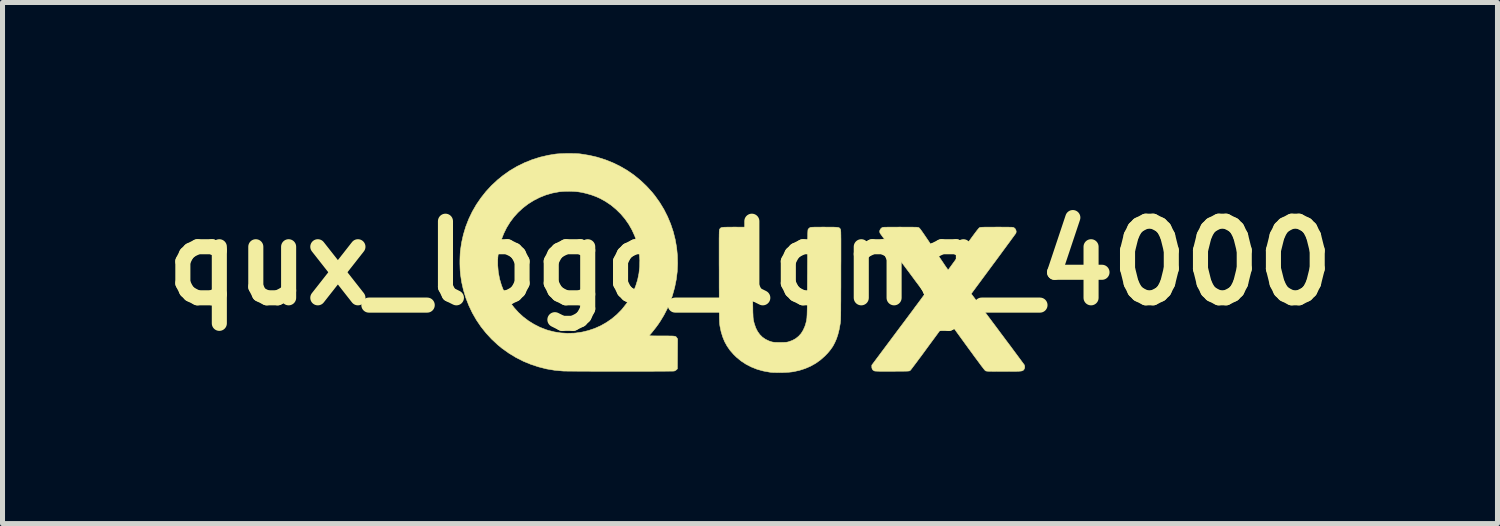
<source format=kicad_pcb>
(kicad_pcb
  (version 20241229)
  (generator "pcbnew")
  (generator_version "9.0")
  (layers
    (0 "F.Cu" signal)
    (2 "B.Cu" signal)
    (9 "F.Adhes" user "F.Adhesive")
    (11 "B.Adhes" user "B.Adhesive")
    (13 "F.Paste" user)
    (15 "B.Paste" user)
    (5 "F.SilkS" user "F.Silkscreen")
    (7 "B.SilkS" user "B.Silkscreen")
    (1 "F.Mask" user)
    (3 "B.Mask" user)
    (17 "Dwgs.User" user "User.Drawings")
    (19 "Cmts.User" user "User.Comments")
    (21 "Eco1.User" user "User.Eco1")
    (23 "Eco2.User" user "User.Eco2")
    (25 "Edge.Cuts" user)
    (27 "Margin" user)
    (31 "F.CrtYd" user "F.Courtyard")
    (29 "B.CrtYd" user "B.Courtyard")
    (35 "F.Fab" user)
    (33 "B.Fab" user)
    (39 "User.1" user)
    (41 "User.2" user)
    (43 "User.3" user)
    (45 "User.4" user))
  (footprint "qux_logo_long_4000"
    (layer "F.Cu")
    (at 11.873 2.186)
    (property "Reference" "qux_logo_long_4000" (at 0 0 0) (layer "F.SilkS") (effects (font (size 1.524 1.524) (thickness 0.3))))
    (attr through_hole)
    (fp_poly (pts (xy -3.543 -2.181) (xy -3.484 -2.18) (xy -3.432 -2.178) (xy -3.388 -2.175) (xy -3.372 -2.173) (xy -3.203 -2.146) (xy -3.039 -2.108) (xy -2.881 -2.058) (xy -2.728 -1.997) (xy -2.581 -1.925) (xy -2.44 -1.843) (xy -2.306 -1.75) (xy -2.179 -1.646) (xy -2.059 -1.532) (xy -1.947 -1.409) (xy -1.893 -1.342) (xy -1.798 -1.209) (xy -1.714 -1.071) (xy -1.641 -0.927) (xy -1.579 -0.779) (xy -1.528 -0.627) (xy -1.489 -0.472) (xy -1.461 -0.314) (xy -1.445 -0.155) (xy -1.441 0.006) (xy -1.448 0.166) (xy -1.468 0.326) (xy -1.5 0.485) (xy -1.544 0.642) (xy -1.55 0.662) (xy -1.598 0.793) (xy -1.652 0.916) (xy -1.714 1.036) (xy -1.786 1.155) (xy -1.811 1.192) (xy -1.829 1.219) (xy -1.852 1.25) (xy -1.877 1.284) (xy -1.904 1.318) (xy -1.93 1.351) (xy -1.953 1.38) (xy -1.974 1.404) (xy -1.989 1.421) (xy -1.993 1.425) (xy -2.003 1.435) (xy -2.007 1.442) (xy -2 1.444) (xy -1.983 1.445) (xy -1.956 1.446) (xy -1.919 1.447) (xy -1.876 1.447) (xy -1.827 1.448) (xy -1.773 1.448) (xy -1.754 1.448) (xy -1.688 1.448) (xy -1.634 1.448) (xy -1.59 1.449) (xy -1.554 1.449) (xy -1.527 1.451) (xy -1.506 1.453) (xy -1.491 1.456) (xy -1.48 1.461) (xy -1.471 1.466) (xy -1.465 1.473) (xy -1.459 1.481) (xy -1.456 1.486) (xy -1.441 1.507) (xy -1.445 2.102) (xy -1.464 2.121) (xy -1.483 2.135) (xy -1.505 2.145) (xy -1.509 2.147) (xy -1.518 2.147) (xy -1.539 2.148) (xy -1.571 2.148) (xy -1.613 2.149) (xy -1.665 2.149) (xy -1.726 2.15) (xy -1.794 2.15) (xy -1.87 2.15) (xy -1.952 2.151) (xy -2.039 2.151) (xy -2.131 2.151) (xy -2.227 2.151) (xy -2.326 2.151) (xy -2.427 2.151) (xy -2.53 2.151) (xy -2.634 2.151) (xy -2.737 2.151) (xy -2.84 2.151) (xy -2.94 2.151) (xy -3.039 2.151) (xy -3.134 2.151) (xy -3.225 2.15) (xy -3.31 2.15) (xy -3.391 2.15) (xy -3.464 2.149) (xy -3.531 2.149) (xy -3.589 2.148) (xy -3.638 2.148) (xy -3.678 2.147) (xy -3.707 2.147) (xy -3.724 2.146) (xy -3.887 2.131) (xy -4.048 2.104) (xy -4.206 2.064) (xy -4.361 2.013) (xy -4.512 1.951) (xy -4.657 1.877) (xy -4.797 1.792) (xy -4.931 1.697) (xy -5.02 1.624) (xy -5.14 1.512) (xy -5.251 1.392) (xy -5.353 1.264) (xy -5.444 1.13) (xy -5.525 0.989) (xy -5.595 0.842) (xy -5.654 0.691) (xy -5.702 0.535) (xy -5.738 0.376) (xy -5.762 0.214) (xy -5.762 0.208) (xy -5.767 0.151) (xy -5.77 0.086) (xy -5.771 0.043) (xy -5.02 0.043) (xy -5.009 0.173) (xy -5.007 0.187) (xy -4.982 0.317) (xy -4.945 0.442) (xy -4.897 0.562) (xy -4.839 0.677) (xy -4.77 0.786) (xy -4.692 0.888) (xy -4.606 0.983) (xy -4.511 1.07) (xy -4.408 1.148) (xy -4.298 1.216) (xy -4.182 1.275) (xy -4.059 1.323) (xy -4.016 1.337) (xy -3.893 1.368) (xy -3.766 1.388) (xy -3.637 1.396) (xy -3.509 1.393) (xy -3.47 1.39) (xy -3.34 1.371) (xy -3.213 1.34) (xy -3.089 1.298) (xy -2.97 1.245) (xy -2.857 1.181) (xy -2.75 1.107) (xy -2.65 1.023) (xy -2.558 0.93) (xy -2.542 0.911) (xy -2.458 0.805) (xy -2.386 0.693) (xy -2.325 0.576) (xy -2.275 0.455) (xy -2.236 0.33) (xy -2.21 0.202) (xy -2.196 0.073) (xy -2.193 -0.059) (xy -2.203 -0.191) (xy -2.219 -0.29) (xy -2.251 -0.418) (xy -2.294 -0.542) (xy -2.348 -0.66) (xy -2.412 -0.773) (xy -2.487 -0.88) (xy -2.571 -0.979) (xy -2.665 -1.071) (xy -2.766 -1.155) (xy -2.876 -1.229) (xy -2.981 -1.287) (xy -3.063 -1.324) (xy -3.153 -1.357) (xy -3.248 -1.385) (xy -3.344 -1.408) (xy -3.413 -1.419) (xy -3.467 -1.425) (xy -3.528 -1.429) (xy -3.595 -1.431) (xy -3.662 -1.43) (xy -3.725 -1.427) (xy -3.782 -1.422) (xy -3.798 -1.42) (xy -3.931 -1.395) (xy -4.06 -1.358) (xy -4.184 -1.309) (xy -4.302 -1.249) (xy -4.414 -1.179) (xy -4.52 -1.098) (xy -4.618 -1.007) (xy -4.697 -0.92) (xy -4.775 -0.816) (xy -4.843 -0.706) (xy -4.9 -0.59) (xy -4.947 -0.469) (xy -4.982 -0.344) (xy -5.007 -0.217) (xy -5.02 -0.087) (xy -5.02 0.043) (xy -5.771 0.043) (xy -5.772 0.015) (xy -5.772 -0.057) (xy -5.77 -0.127) (xy -5.767 -0.192) (xy -5.763 -0.244) (xy -5.739 -0.408) (xy -5.703 -0.569) (xy -5.656 -0.725) (xy -5.597 -0.877) (xy -5.527 -1.023) (xy -5.446 -1.164) (xy -5.354 -1.298) (xy -5.253 -1.426) (xy -5.141 -1.547) (xy -5.019 -1.66) (xy -4.91 -1.748) (xy -4.775 -1.843) (xy -4.634 -1.926) (xy -4.487 -1.998) (xy -4.335 -2.059) (xy -4.177 -2.109) (xy -4.013 -2.147) (xy -3.873 -2.17) (xy -3.834 -2.174) (xy -3.785 -2.177) (xy -3.728 -2.179) (xy -3.668 -2.181) (xy -3.605 -2.181) (xy -3.543 -2.181)) (stroke (width 0.01) (type solid)) (fill yes) (layer "F.SilkS"))
    (fp_poly (pts (xy 4.981 -0.718) (xy 5.042 -0.717) (xy 5.092 -0.717) (xy 5.133 -0.717) (xy 5.166 -0.716) (xy 5.191 -0.716) (xy 5.211 -0.715) (xy 5.225 -0.713) (xy 5.235 -0.712) (xy 5.243 -0.709) (xy 5.249 -0.707) (xy 5.251 -0.706) (xy 5.273 -0.688) (xy 5.288 -0.663) (xy 5.296 -0.635) (xy 5.293 -0.607) (xy 5.289 -0.595) (xy 5.284 -0.588) (xy 5.272 -0.572) (xy 5.254 -0.547) (xy 5.229 -0.513) (xy 5.199 -0.472) (xy 5.164 -0.424) (xy 5.124 -0.37) (xy 5.08 -0.31) (xy 5.032 -0.245) (xy 4.981 -0.175) (xy 4.927 -0.102) (xy 4.871 -0.026) (xy 4.841 0.014) (xy 4.401 0.609) (xy 4.923 1.306) (xy 4.985 1.39) (xy 5.046 1.471) (xy 5.104 1.549) (xy 5.16 1.623) (xy 5.212 1.693) (xy 5.26 1.758) (xy 5.304 1.817) (xy 5.343 1.87) (xy 5.378 1.917) (xy 5.406 1.955) (xy 5.429 1.986) (xy 5.445 2.008) (xy 5.455 2.021) (xy 5.457 2.024) (xy 5.465 2.051) (xy 5.465 2.079) (xy 5.456 2.106) (xy 5.447 2.119) (xy 5.441 2.126) (xy 5.434 2.132) (xy 5.427 2.137) (xy 5.417 2.141) (xy 5.404 2.145) (xy 5.388 2.147) (xy 5.366 2.149) (xy 5.338 2.151) (xy 5.303 2.152) (xy 5.259 2.152) (xy 5.206 2.152) (xy 5.143 2.153) (xy 5.069 2.153) (xy 5.05 2.153) (xy 4.975 2.153) (xy 4.911 2.153) (xy 4.859 2.152) (xy 4.815 2.152) (xy 4.78 2.151) (xy 4.753 2.151) (xy 4.732 2.15) (xy 4.716 2.149) (xy 4.704 2.147) (xy 4.696 2.145) (xy 4.689 2.143) (xy 4.686 2.142) (xy 4.681 2.138) (xy 4.673 2.13) (xy 4.662 2.117) (xy 4.648 2.1) (xy 4.63 2.076) (xy 4.607 2.047) (xy 4.58 2.011) (xy 4.548 1.967) (xy 4.51 1.916) (xy 4.466 1.857) (xy 4.417 1.789) (xy 4.36 1.712) (xy 4.299 1.628) (xy 3.934 1.125) (xy 3.892 1.183) (xy 3.808 1.298) (xy 3.729 1.406) (xy 3.654 1.508) (xy 3.583 1.604) (xy 3.518 1.693) (xy 3.458 1.775) (xy 3.403 1.85) (xy 3.353 1.916) (xy 3.31 1.975) (xy 3.272 2.025) (xy 3.241 2.066) (xy 3.217 2.098) (xy 3.199 2.121) (xy 3.188 2.133) (xy 3.185 2.136) (xy 3.181 2.139) (xy 3.176 2.142) (xy 3.17 2.144) (xy 3.161 2.145) (xy 3.147 2.147) (xy 3.129 2.148) (xy 3.105 2.149) (xy 3.074 2.149) (xy 3.035 2.15) (xy 2.987 2.15) (xy 2.928 2.15) (xy 2.859 2.151) (xy 2.83 2.151) (xy 2.753 2.151) (xy 2.687 2.151) (xy 2.633 2.151) (xy 2.588 2.151) (xy 2.552 2.15) (xy 2.524 2.149) (xy 2.503 2.148) (xy 2.488 2.147) (xy 2.478 2.145) (xy 2.473 2.144) (xy 2.446 2.127) (xy 2.43 2.104) (xy 2.423 2.075) (xy 2.423 2.065) (xy 2.423 2.029) (xy 2.951 1.322) (xy 3.014 1.238) (xy 3.075 1.157) (xy 3.133 1.079) (xy 3.188 1.005) (xy 3.24 0.936) (xy 3.287 0.871) (xy 3.331 0.813) (xy 3.37 0.76) (xy 3.404 0.715) (xy 3.432 0.676) (xy 3.454 0.646) (xy 3.469 0.625) (xy 3.478 0.612) (xy 3.48 0.609) (xy 3.476 0.604) (xy 3.465 0.588) (xy 3.448 0.564) (xy 3.424 0.531) (xy 3.394 0.491) (xy 3.36 0.444) (xy 3.32 0.391) (xy 3.276 0.332) (xy 3.229 0.268) (xy 3.178 0.199) (xy 3.124 0.127) (xy 3.068 0.052) (xy 3.037 0.011) (xy 2.98 -0.066) (xy 2.924 -0.141) (xy 2.871 -0.212) (xy 2.821 -0.279) (xy 2.775 -0.342) (xy 2.732 -0.399) (xy 2.694 -0.451) (xy 2.661 -0.495) (xy 2.633 -0.533) (xy 2.611 -0.563) (xy 2.596 -0.584) (xy 2.587 -0.597) (xy 2.586 -0.599) (xy 2.579 -0.625) (xy 2.583 -0.653) (xy 2.597 -0.68) (xy 2.619 -0.701) (xy 2.624 -0.705) (xy 2.629 -0.708) (xy 2.635 -0.71) (xy 2.643 -0.712) (xy 2.653 -0.714) (xy 2.668 -0.715) (xy 2.688 -0.716) (xy 2.714 -0.716) (xy 2.747 -0.717) (xy 2.788 -0.717) (xy 2.839 -0.717) (xy 2.9 -0.717) (xy 2.972 -0.718) (xy 2.991 -0.718) (xy 3.066 -0.717) (xy 3.13 -0.717) (xy 3.184 -0.717) (xy 3.228 -0.717) (xy 3.263 -0.716) (xy 3.291 -0.716) (xy 3.313 -0.715) (xy 3.329 -0.713) (xy 3.341 -0.712) (xy 3.349 -0.71) (xy 3.356 -0.708) (xy 3.359 -0.706) (xy 3.364 -0.703) (xy 3.371 -0.696) (xy 3.38 -0.686) (xy 3.392 -0.671) (xy 3.406 -0.652) (xy 3.424 -0.627) (xy 3.446 -0.595) (xy 3.473 -0.556) (xy 3.504 -0.51) (xy 3.541 -0.456) (xy 3.584 -0.392) (xy 3.633 -0.319) (xy 3.659 -0.279) (xy 3.703 -0.214) (xy 3.745 -0.152) (xy 3.784 -0.094) (xy 3.82 -0.041) (xy 3.852 0.007) (xy 3.88 0.049) (xy 3.904 0.083) (xy 3.922 0.109) (xy 3.934 0.127) (xy 3.941 0.135) (xy 3.941 0.136) (xy 3.945 0.13) (xy 3.957 0.116) (xy 3.974 0.092) (xy 3.997 0.061) (xy 4.025 0.022) (xy 4.058 -0.023) (xy 4.095 -0.074) (xy 4.136 -0.13) (xy 4.179 -0.189) (xy 4.225 -0.253) (xy 4.245 -0.28) (xy 4.302 -0.359) (xy 4.352 -0.429) (xy 4.396 -0.489) (xy 4.433 -0.54) (xy 4.465 -0.583) (xy 4.492 -0.619) (xy 4.514 -0.648) (xy 4.532 -0.67) (xy 4.546 -0.687) (xy 4.556 -0.698) (xy 4.563 -0.705) (xy 4.566 -0.706) (xy 4.572 -0.709) (xy 4.579 -0.711) (xy 4.589 -0.713) (xy 4.603 -0.714) (xy 4.622 -0.715) (xy 4.646 -0.716) (xy 4.678 -0.717) (xy 4.718 -0.717) (xy 4.767 -0.717) (xy 4.826 -0.717) (xy 4.897 -0.718) (xy 4.909 -0.718) (xy 4.981 -0.718)) (stroke (width 0.01) (type solid)) (fill yes) (layer "F.SilkS"))
    (fp_poly (pts (xy 1.544 -0.717) (xy 1.602 -0.717) (xy 1.649 -0.717) (xy 1.687 -0.716) (xy 1.717 -0.714) (xy 1.74 -0.712) (xy 1.758 -0.709) (xy 1.771 -0.705) (xy 1.78 -0.699) (xy 1.787 -0.693) (xy 1.793 -0.685) (xy 1.797 -0.678) (xy 1.799 -0.675) (xy 1.8 -0.672) (xy 1.802 -0.667) (xy 1.803 -0.661) (xy 1.804 -0.653) (xy 1.805 -0.641) (xy 1.806 -0.627) (xy 1.807 -0.607) (xy 1.807 -0.584) (xy 1.808 -0.554) (xy 1.808 -0.519) (xy 1.809 -0.477) (xy 1.809 -0.427) (xy 1.809 -0.37) (xy 1.809 -0.304) (xy 1.809 -0.228) (xy 1.809 -0.143) (xy 1.809 -0.048) (xy 1.808 0.059) (xy 1.808 0.178) (xy 1.808 0.238) (xy 1.808 0.363) (xy 1.808 0.475) (xy 1.807 0.576) (xy 1.807 0.666) (xy 1.807 0.747) (xy 1.806 0.818) (xy 1.806 0.88) (xy 1.806 0.935) (xy 1.805 0.982) (xy 1.805 1.023) (xy 1.804 1.057) (xy 1.803 1.087) (xy 1.803 1.112) (xy 1.802 1.133) (xy 1.801 1.15) (xy 1.799 1.165) (xy 1.798 1.179) (xy 1.796 1.191) (xy 1.795 1.202) (xy 1.793 1.214) (xy 1.792 1.218) (xy 1.773 1.323) (xy 1.749 1.418) (xy 1.721 1.503) (xy 1.687 1.581) (xy 1.648 1.654) (xy 1.601 1.722) (xy 1.546 1.788) (xy 1.488 1.848) (xy 1.4 1.926) (xy 1.306 1.993) (xy 1.206 2.049) (xy 1.098 2.096) (xy 0.983 2.133) (xy 0.864 2.159) (xy 0.822 2.165) (xy 0.772 2.17) (xy 0.714 2.173) (xy 0.652 2.176) (xy 0.589 2.177) (xy 0.527 2.176) (xy 0.47 2.175) (xy 0.42 2.172) (xy 0.387 2.168) (xy 0.261 2.145) (xy 0.14 2.111) (xy 0.027 2.066) (xy -0.08 2.011) (xy -0.179 1.946) (xy -0.271 1.87) (xy -0.328 1.814) (xy -0.398 1.734) (xy -0.457 1.649) (xy -0.506 1.56) (xy -0.545 1.464) (xy -0.576 1.361) (xy -0.599 1.25) (xy -0.601 1.235) (xy -0.602 1.224) (xy -0.604 1.212) (xy -0.605 1.198) (xy -0.606 1.182) (xy -0.607 1.163) (xy -0.608 1.141) (xy -0.609 1.114) (xy -0.61 1.083) (xy -0.61 1.046) (xy -0.611 1.003) (xy -0.611 0.954) (xy -0.612 0.896) (xy -0.612 0.831) (xy -0.613 0.757) (xy -0.613 0.673) (xy -0.613 0.579) (xy -0.614 0.474) (xy -0.614 0.358) (xy -0.614 0.251) (xy -0.614 0.126) (xy -0.615 0.012) (xy -0.615 -0.089) (xy -0.615 -0.18) (xy -0.615 -0.261) (xy -0.615 -0.332) (xy -0.615 -0.395) (xy -0.615 -0.449) (xy -0.615 -0.495) (xy -0.614 -0.534) (xy -0.614 -0.567) (xy -0.613 -0.594) (xy -0.613 -0.616) (xy -0.612 -0.633) (xy -0.611 -0.646) (xy -0.61 -0.656) (xy -0.609 -0.664) (xy -0.608 -0.669) (xy -0.606 -0.673) (xy -0.604 -0.676) (xy -0.603 -0.678) (xy -0.597 -0.687) (xy -0.591 -0.695) (xy -0.583 -0.701) (xy -0.573 -0.706) (xy -0.559 -0.71) (xy -0.54 -0.713) (xy -0.515 -0.715) (xy -0.482 -0.716) (xy -0.441 -0.717) (xy -0.391 -0.717) (xy -0.329 -0.718) (xy -0.281 -0.718) (xy -0.216 -0.717) (xy -0.162 -0.717) (xy -0.119 -0.717) (xy -0.084 -0.717) (xy -0.058 -0.716) (xy -0.038 -0.715) (xy -0.023 -0.714) (xy -0.012 -0.712) (xy -0.005 -0.71) (xy 0.001 -0.707) (xy 0.004 -0.705) (xy 0.022 -0.692) (xy 0.036 -0.676) (xy 0.036 -0.675) (xy 0.038 -0.672) (xy 0.039 -0.668) (xy 0.041 -0.662) (xy 0.042 -0.654) (xy 0.043 -0.643) (xy 0.044 -0.628) (xy 0.045 -0.608) (xy 0.045 -0.584) (xy 0.046 -0.554) (xy 0.047 -0.518) (xy 0.047 -0.475) (xy 0.048 -0.424) (xy 0.048 -0.365) (xy 0.049 -0.298) (xy 0.049 -0.221) (xy 0.05 -0.134) (xy 0.05 -0.036) (xy 0.051 0.074) (xy 0.051 0.195) (xy 0.051 0.203) (xy 0.052 0.327) (xy 0.052 0.439) (xy 0.053 0.539) (xy 0.053 0.629) (xy 0.054 0.709) (xy 0.054 0.78) (xy 0.055 0.842) (xy 0.056 0.896) (xy 0.056 0.944) (xy 0.057 0.984) (xy 0.059 1.019) (xy 0.06 1.049) (xy 0.061 1.074) (xy 0.063 1.096) (xy 0.065 1.115) (xy 0.068 1.131) (xy 0.071 1.146) (xy 0.074 1.16) (xy 0.077 1.173) (xy 0.081 1.187) (xy 0.085 1.202) (xy 0.086 1.206) (xy 0.114 1.288) (xy 0.15 1.359) (xy 0.195 1.421) (xy 0.247 1.473) (xy 0.308 1.515) (xy 0.377 1.548) (xy 0.424 1.564) (xy 0.443 1.569) (xy 0.462 1.572) (xy 0.483 1.575) (xy 0.509 1.576) (xy 0.542 1.577) (xy 0.584 1.577) (xy 0.597 1.577) (xy 0.642 1.577) (xy 0.677 1.576) (xy 0.704 1.575) (xy 0.726 1.573) (xy 0.745 1.57) (xy 0.764 1.565) (xy 0.769 1.564) (xy 0.843 1.537) (xy 0.909 1.501) (xy 0.967 1.454) (xy 1.017 1.399) (xy 1.058 1.333) (xy 1.091 1.259) (xy 1.107 1.21) (xy 1.111 1.194) (xy 1.115 1.179) (xy 1.119 1.165) (xy 1.122 1.151) (xy 1.125 1.136) (xy 1.127 1.12) (xy 1.13 1.102) (xy 1.132 1.082) (xy 1.133 1.058) (xy 1.135 1.029) (xy 1.136 0.996) (xy 1.137 0.958) (xy 1.138 0.913) (xy 1.139 0.861) (xy 1.139 0.802) (xy 1.14 0.734) (xy 1.14 0.658) (xy 1.141 0.571) (xy 1.141 0.475) (xy 1.142 0.367) (xy 1.142 0.248) (xy 1.143 0.203) (xy 1.143 0.081) (xy 1.144 -0.029) (xy 1.144 -0.128) (xy 1.144 -0.216) (xy 1.145 -0.293) (xy 1.145 -0.361) (xy 1.146 -0.421) (xy 1.146 -0.472) (xy 1.147 -0.515) (xy 1.148 -0.552) (xy 1.148 -0.582) (xy 1.149 -0.607) (xy 1.15 -0.627) (xy 1.151 -0.642) (xy 1.152 -0.653) (xy 1.153 -0.662) (xy 1.154 -0.668) (xy 1.156 -0.672) (xy 1.158 -0.675) (xy 1.158 -0.675) (xy 1.171 -0.691) (xy 1.189 -0.705) (xy 1.189 -0.705) (xy 1.195 -0.708) (xy 1.201 -0.711) (xy 1.21 -0.713) (xy 1.222 -0.714) (xy 1.239 -0.715) (xy 1.262 -0.716) (xy 1.291 -0.717) (xy 1.329 -0.717) (xy 1.377 -0.717) (xy 1.435 -0.718) (xy 1.475 -0.718) (xy 1.544 -0.717)) (stroke (width 0.01) (type solid)) (fill yes) (layer "F.SilkS")))
  (gr_rect
    (start -3 -3)
    (end 26.745 7.368)
    (stroke (width 0.1) (type default))
    (fill no)
    (layer "Edge.Cuts")))
</source>
